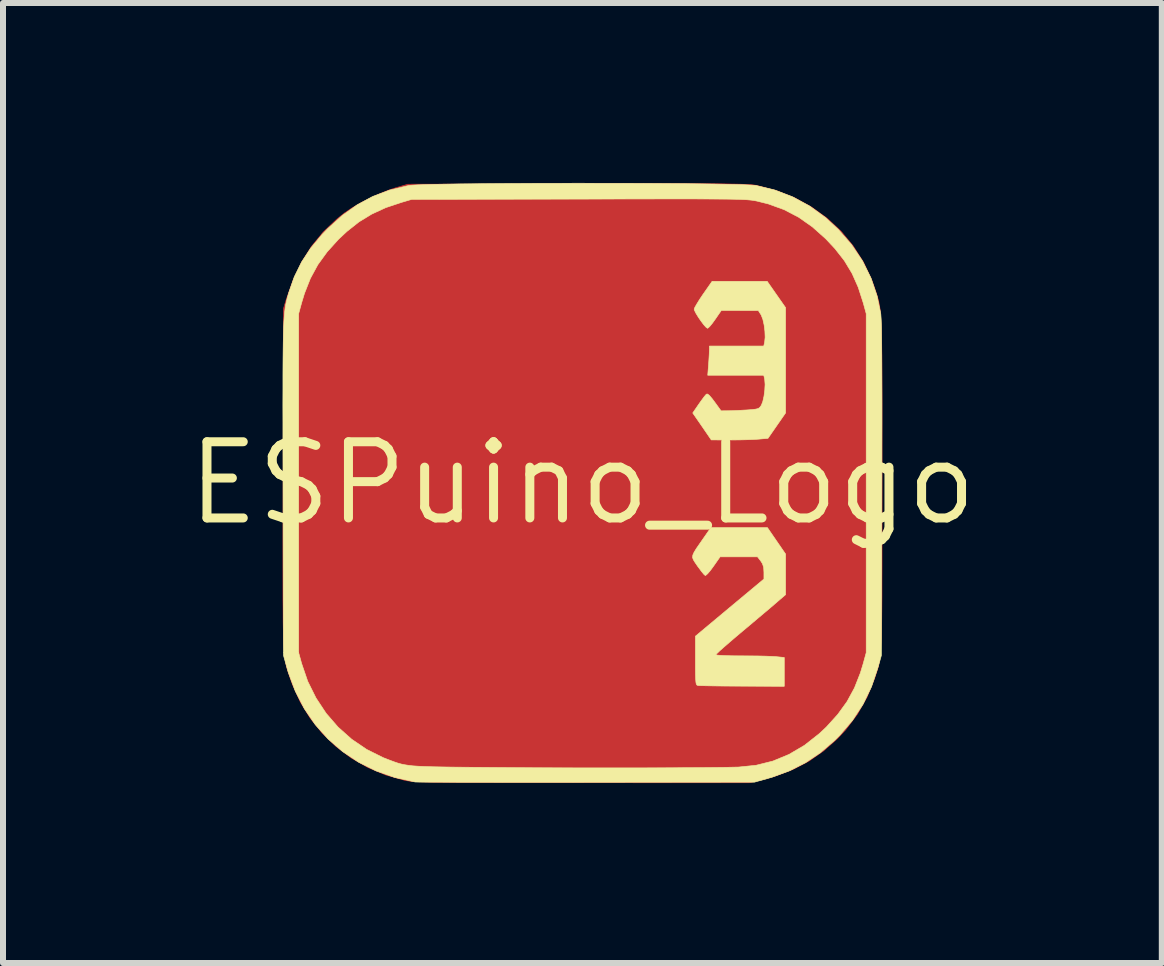
<source format=kicad_pcb>
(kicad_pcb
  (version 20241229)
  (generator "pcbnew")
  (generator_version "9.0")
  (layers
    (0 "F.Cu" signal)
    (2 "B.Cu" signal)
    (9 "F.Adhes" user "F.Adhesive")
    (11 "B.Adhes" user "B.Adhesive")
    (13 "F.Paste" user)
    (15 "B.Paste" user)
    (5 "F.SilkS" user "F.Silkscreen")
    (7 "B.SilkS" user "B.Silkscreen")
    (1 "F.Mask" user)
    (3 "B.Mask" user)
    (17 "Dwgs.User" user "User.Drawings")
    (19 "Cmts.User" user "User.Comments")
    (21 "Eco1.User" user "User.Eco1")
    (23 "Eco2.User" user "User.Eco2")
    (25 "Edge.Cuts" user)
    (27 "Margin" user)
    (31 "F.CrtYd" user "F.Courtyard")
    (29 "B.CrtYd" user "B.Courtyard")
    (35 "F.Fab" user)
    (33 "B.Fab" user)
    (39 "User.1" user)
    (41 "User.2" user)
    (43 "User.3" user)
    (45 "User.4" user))
  (footprint "ESPuino_Logo"
    (layer "F.Cu")
    (at 6.66 5.005)
    (property "Reference" "ESPuino_Logo" (at 0 0 0) (layer "F.SilkS") (effects (font (size 1.27 1.27) (thickness 0.15))))
    (attr through_hole)
    (fp_poly (pts (xy 1.805 -4.992) (xy 2.005 -4.992) (xy 2.178 -4.991) (xy 2.327 -4.99) (xy 2.453 -4.988) (xy 2.559 -4.986) (xy 2.646 -4.984) (xy 2.718 -4.981) (xy 2.777 -4.978) (xy 2.824 -4.975) (xy 2.861 -4.971) (xy 2.892 -4.966) (xy 2.908 -4.963) (xy 3.234 -4.877) (xy 3.54 -4.756) (xy 3.823 -4.601) (xy 4.081 -4.415) (xy 4.312 -4.2) (xy 4.513 -3.956) (xy 4.684 -3.687) (xy 4.821 -3.394) (xy 4.868 -3.264) (xy 4.886 -3.21) (xy 4.902 -3.162) (xy 4.916 -3.116) (xy 4.929 -3.071) (xy 4.941 -3.024) (xy 4.951 -2.972) (xy 4.96 -2.915) (xy 4.967 -2.848) (xy 4.974 -2.769) (xy 4.979 -2.678) (xy 4.983 -2.57) (xy 4.987 -2.444) (xy 4.99 -2.297) (xy 4.992 -2.127) (xy 4.993 -1.932) (xy 4.994 -1.709) (xy 4.995 -1.456) (xy 4.995 -1.17) (xy 4.995 -0.85) (xy 4.995 -0.493) (xy 4.995 -0.096) (xy 4.995 0) (xy 4.995 0.406) (xy 4.995 0.772) (xy 4.995 1.101) (xy 4.995 1.394) (xy 4.994 1.654) (xy 4.994 1.883) (xy 4.992 2.085) (xy 4.99 2.26) (xy 4.988 2.412) (xy 4.984 2.543) (xy 4.98 2.654) (xy 4.975 2.75) (xy 4.969 2.831) (xy 4.961 2.9) (xy 4.953 2.96) (xy 4.943 3.013) (xy 4.932 3.06) (xy 4.919 3.106) (xy 4.905 3.151) (xy 4.889 3.199) (xy 4.872 3.251) (xy 4.868 3.264) (xy 4.745 3.567) (xy 4.586 3.849) (xy 4.392 4.108) (xy 4.251 4.259) (xy 4.021 4.463) (xy 3.777 4.633) (xy 3.512 4.771) (xy 3.222 4.881) (xy 2.997 4.944) (xy 2.783 4.995) (xy 0 4.994) (xy -0.401 4.994) (xy -0.763 4.993) (xy -1.087 4.993) (xy -1.375 4.992) (xy -1.629 4.992) (xy -1.853 4.991) (xy -2.048 4.99) (xy -2.217 4.989) (xy -2.362 4.987) (xy -2.484 4.986) (xy -2.587 4.983) (xy -2.673 4.981) (xy -2.743 4.978) (xy -2.801 4.975) (xy -2.848 4.971) (xy -2.886 4.967) (xy -2.919 4.962) (xy -2.948 4.957) (xy -2.963 4.954) (xy -3.279 4.865) (xy -3.577 4.74) (xy -3.855 4.581) (xy -4.108 4.39) (xy -4.336 4.17) (xy -4.535 3.923) (xy -4.702 3.651) (xy -4.834 3.358) (xy -4.868 3.264) (xy -4.886 3.211) (xy -4.902 3.162) (xy -4.917 3.117) (xy -4.93 3.072) (xy -4.941 3.025) (xy -4.951 2.974) (xy -4.96 2.917) (xy -4.968 2.851) (xy -4.974 2.774) (xy -4.979 2.683) (xy -4.984 2.577) (xy -4.987 2.453) (xy -4.99 2.309) (xy -4.991 2.142) (xy -4.993 1.95) (xy -4.993 1.731) (xy -4.993 1.482) (xy -4.993 1.202) (xy -4.993 0.888) (xy -4.992 0.537) (xy -4.991 0.147) (xy -4.99 -0.085) (xy -4.984 -2.91) (xy -4.936 -3.069) (xy -4.82 -3.394) (xy -4.681 -3.686) (xy -4.516 -3.949) (xy -4.322 -4.186) (xy -4.097 -4.4) (xy -3.967 -4.504) (xy -3.847 -4.585) (xy -3.699 -4.671) (xy -3.534 -4.755) (xy -3.366 -4.831) (xy -3.207 -4.894) (xy -3.111 -4.925) (xy -2.91 -4.984) (xy -0.085 -4.99) (xy 0.323 -4.991) (xy 0.691 -4.992) (xy 1.021 -4.992) (xy 1.315 -4.993) (xy 1.575 -4.993) (xy 1.805 -4.992)) (stroke (width 0.01) (type solid)) (fill yes) (layer "F.Cu"))
    (fp_poly (pts (xy 1.27 1.079) (xy 1.143 1.079) (xy 1.143 0.127) (xy 1.27 0.127) (xy 1.27 1.079)) (stroke (width 0.01) (type solid)) (fill yes) (layer "F.Mask"))
    (fp_poly (pts (xy 1.018 1.274) (xy 1.105 1.281) (xy 1.353 1.894) (xy 1.354 1.582) (xy 1.355 1.27) (xy 1.482 1.27) (xy 1.477 1.741) (xy 1.471 2.212) (xy 1.418 2.217) (xy 1.366 2.215) (xy 1.337 2.204) (xy 1.319 2.179) (xy 1.29 2.122) (xy 1.252 2.04) (xy 1.208 1.94) (xy 1.184 1.881) (xy 1.06 1.577) (xy 1.059 1.9) (xy 1.058 2.223) (xy 0.931 2.223) (xy 0.931 1.268) (xy 1.018 1.274)) (stroke (width 0.01) (type solid)) (fill yes) (layer "F.Mask"))
    (fp_poly (pts (xy -2.349 -0.189) (xy -2.308 -0.183) (xy -2.29 -0.17) (xy -2.286 -0.148) (xy -2.284 -0.132) (xy -2.273 -0.12) (xy -2.247 -0.113) (xy -2.2 -0.108) (xy -2.125 -0.106) (xy -2.015 -0.106) (xy -1.982 -0.106) (xy -1.679 -0.106) (xy -1.501 0.158) (xy -1.323 0.422) (xy -0.91 0.423) (xy -0.758 0.424) (xy -0.598 0.426) (xy -0.444 0.43) (xy -0.308 0.434) (xy -0.228 0.437) (xy 0.042 0.451) (xy 0.042 0.656) (xy -1.389 0.656) (xy -1.568 0.392) (xy -1.746 0.128) (xy -2.016 0.128) (xy -2.127 0.128) (xy -2.203 0.129) (xy -2.25 0.134) (xy -2.275 0.141) (xy -2.284 0.154) (xy -2.286 0.169) (xy -2.29 0.192) (xy -2.309 0.205) (xy -2.353 0.211) (xy -2.424 0.212) (xy -2.561 0.212) (xy -2.561 -0.191) (xy -2.424 -0.191) (xy -2.349 -0.189)) (stroke (width 0.01) (type solid)) (fill yes) (layer "F.Mask"))
    (fp_poly (pts (xy 1.428 -2.101) (xy 1.455 -2.057) (xy 1.471 -2.013) (xy 1.479 -1.956) (xy 1.482 -1.873) (xy 1.482 -1.836) (xy 1.48 -1.742) (xy 1.474 -1.677) (xy 1.461 -1.629) (xy 1.438 -1.585) (xy 1.426 -1.566) (xy 1.37 -1.482) (xy 1.058 -1.482) (xy 1.058 -1.365) (xy 1.057 -1.299) (xy 1.05 -1.264) (xy 1.032 -1.251) (xy 0.996 -1.249) (xy 0.995 -1.249) (xy 0.931 -1.249) (xy 0.931 -1.99) (xy 1.058 -1.99) (xy 1.058 -1.672) (xy 1.185 -1.672) (xy 1.259 -1.675) (xy 1.303 -1.685) (xy 1.328 -1.705) (xy 1.333 -1.713) (xy 1.348 -1.765) (xy 1.354 -1.834) (xy 1.35 -1.902) (xy 1.337 -1.953) (xy 1.329 -1.964) (xy 1.295 -1.978) (xy 1.234 -1.987) (xy 1.181 -1.99) (xy 1.058 -1.99) (xy 0.931 -1.99) (xy 0.931 -2.18) (xy 1.374 -2.18) (xy 1.428 -2.101)) (stroke (width 0.01) (type solid)) (fill yes) (layer "F.Mask"))
    (fp_poly (pts (xy -1.086 -0.189) (xy -1.042 -0.184) (xy -1.021 -0.172) (xy -1.016 -0.152) (xy -1.016 -0.148) (xy -1.013 -0.13) (xy -1.001 -0.118) (xy -0.971 -0.111) (xy -0.917 -0.107) (xy -0.832 -0.106) (xy -0.773 -0.106) (xy -0.668 -0.106) (xy -0.599 -0.108) (xy -0.557 -0.114) (xy -0.537 -0.123) (xy -0.53 -0.138) (xy -0.529 -0.148) (xy -0.525 -0.171) (xy -0.506 -0.184) (xy -0.463 -0.189) (xy -0.392 -0.191) (xy -0.254 -0.191) (xy -0.254 0.191) (xy -0.392 0.191) (xy -0.469 0.188) (xy -0.512 0.181) (xy -0.528 0.166) (xy -0.529 0.159) (xy -0.536 0.145) (xy -0.56 0.136) (xy -0.607 0.13) (xy -0.686 0.127) (xy -0.773 0.127) (xy -0.879 0.128) (xy -0.951 0.131) (xy -0.993 0.137) (xy -1.012 0.147) (xy -1.016 0.159) (xy -1.025 0.176) (xy -1.056 0.186) (xy -1.118 0.19) (xy -1.164 0.191) (xy -1.312 0.191) (xy -1.312 -0.191) (xy -1.164 -0.191) (xy -1.086 -0.189)) (stroke (width 0.01) (type solid)) (fill yes) (layer "F.Mask"))
    (fp_poly (pts (xy 1.058 -0.682) (xy 1.059 -0.537) (xy 1.064 -0.429) (xy 1.073 -0.352) (xy 1.09 -0.302) (xy 1.116 -0.272) (xy 1.154 -0.258) (xy 1.205 -0.254) (xy 1.218 -0.254) (xy 1.284 -0.26) (xy 1.321 -0.279) (xy 1.333 -0.295) (xy 1.341 -0.331) (xy 1.347 -0.401) (xy 1.352 -0.499) (xy 1.354 -0.617) (xy 1.355 -0.676) (xy 1.355 -1.016) (xy 1.482 -1.016) (xy 1.482 -0.623) (xy 1.482 -0.485) (xy 1.481 -0.383) (xy 1.478 -0.309) (xy 1.473 -0.258) (xy 1.465 -0.222) (xy 1.452 -0.195) (xy 1.435 -0.169) (xy 1.426 -0.157) (xy 1.397 -0.121) (xy 1.369 -0.099) (xy 1.332 -0.089) (xy 1.272 -0.085) (xy 1.207 -0.085) (xy 1.043 -0.085) (xy 0.987 -0.169) (xy 0.967 -0.2) (xy 0.953 -0.229) (xy 0.943 -0.264) (xy 0.937 -0.311) (xy 0.933 -0.378) (xy 0.932 -0.471) (xy 0.931 -0.597) (xy 0.931 -0.635) (xy 0.931 -1.016) (xy 1.058 -1.016) (xy 1.058 -0.682)) (stroke (width 0.01) (type solid)) (fill yes) (layer "F.Mask"))
    (fp_poly (pts (xy -1.828 -2.92) (xy -1.783 -2.916) (xy -1.763 -2.904) (xy -1.757 -2.882) (xy -1.757 -2.868) (xy -1.757 -2.815) (xy 0 -2.815) (xy 0 -2.868) (xy 0.002 -2.896) (xy 0.015 -2.912) (xy 0.047 -2.919) (xy 0.109 -2.921) (xy 0.148 -2.921) (xy 0.296 -2.921) (xy 0.296 -2.519) (xy 0.148 -2.519) (xy 0.07 -2.52) (xy 0.026 -2.525) (xy 0.005 -2.537) (xy 0.000041 -2.558) (xy 0 -2.561) (xy -0.001 -2.572) (xy -0.006 -2.58) (xy -0.02 -2.587) (xy -0.046 -2.592) (xy -0.088 -2.596) (xy -0.149 -2.599) (xy -0.234 -2.601) (xy -0.346 -2.603) (xy -0.489 -2.603) (xy -0.667 -2.603) (xy -0.878 -2.603) (xy -1.094 -2.603) (xy -1.271 -2.603) (xy -1.414 -2.603) (xy -1.525 -2.601) (xy -1.609 -2.599) (xy -1.67 -2.596) (xy -1.712 -2.592) (xy -1.737 -2.587) (xy -1.751 -2.58) (xy -1.756 -2.571) (xy -1.757 -2.561) (xy -1.761 -2.539) (xy -1.779 -2.526) (xy -1.82 -2.52) (xy -1.893 -2.519) (xy -1.905 -2.519) (xy -2.053 -2.519) (xy -2.053 -2.921) (xy -1.905 -2.921) (xy -1.828 -2.92)) (stroke (width 0.01) (type solid)) (fill yes) (layer "F.Mask"))
    (fp_poly (pts (xy 0.614 -2.074) (xy -0.727 -2.074) (xy -0.967 -2.074) (xy -1.198 -2.073) (xy -1.416 -2.073) (xy -1.617 -2.071) (xy -1.798 -2.07) (xy -1.953 -2.068) (xy -2.079 -2.066) (xy -2.171 -2.063) (xy -2.226 -2.061) (xy -2.23 -2.061) (xy -2.392 -2.047) (xy -2.392 -0.656) (xy 0.042 -0.656) (xy 0.042 -0.423) (xy -2.561 -0.423) (xy -2.561 -2.286) (xy 0.445 -2.286) (xy 0.445 -3.133) (xy -2.072 -3.133) (xy -2.258 -2.858) (xy -2.445 -2.584) (xy -2.609 -2.583) (xy -2.773 -2.582) (xy -2.773 -2.233) (xy -2.772 -2.102) (xy -2.77 -2.008) (xy -2.767 -1.944) (xy -2.761 -1.906) (xy -2.752 -1.888) (xy -2.741 -1.884) (xy -2.726 -1.877) (xy -2.716 -1.85) (xy -2.711 -1.798) (xy -2.709 -1.712) (xy -2.709 -1.683) (xy -2.709 -1.482) (xy -2.985 -1.482) (xy -2.985 -1.683) (xy -2.983 -1.779) (xy -2.979 -1.839) (xy -2.971 -1.872) (xy -2.957 -1.883) (xy -2.953 -1.884) (xy -2.942 -1.889) (xy -2.934 -1.907) (xy -2.929 -1.944) (xy -2.925 -2.003) (xy -2.922 -2.091) (xy -2.921 -2.212) (xy -2.921 -2.349) (xy -2.921 -2.815) (xy -2.52 -2.815) (xy -2.334 -3.089) (xy -2.148 -3.364) (xy 0.614 -3.365) (xy 0.614 -2.074)) (stroke (width 0.01) (type solid)) (fill yes) (layer "F.Mask"))
    (fp_poly (pts (xy 1.447 -3.26) (xy 1.484 -3.202) (xy 1.498 -3.165) (xy 1.49 -3.134) (xy 1.462 -3.095) (xy 1.458 -3.091) (xy 1.414 -3.038) (xy 1.358 -3.107) (xy 1.312 -3.153) (xy 1.263 -3.172) (xy 1.213 -3.175) (xy 1.137 -3.162) (xy 1.094 -3.122) (xy 1.082 -3.054) (xy 1.083 -3.031) (xy 1.089 -3.002) (xy 1.102 -2.985) (xy 1.133 -2.975) (xy 1.191 -2.97) (xy 1.253 -2.968) (xy 1.337 -2.963) (xy 1.39 -2.956) (xy 1.423 -2.941) (xy 1.449 -2.916) (xy 1.46 -2.901) (xy 1.495 -2.819) (xy 1.506 -2.718) (xy 1.493 -2.613) (xy 1.457 -2.518) (xy 1.445 -2.499) (xy 1.386 -2.415) (xy 1.206 -2.414) (xy 1.027 -2.414) (xy 0.979 -2.487) (xy 0.943 -2.552) (xy 0.935 -2.601) (xy 0.954 -2.647) (xy 0.97 -2.668) (xy 1.009 -2.716) (xy 1.059 -2.649) (xy 1.096 -2.607) (xy 1.136 -2.588) (xy 1.198 -2.582) (xy 1.208 -2.582) (xy 1.289 -2.591) (xy 1.335 -2.62) (xy 1.352 -2.673) (xy 1.351 -2.713) (xy 1.344 -2.783) (xy 1.18 -2.794) (xy 1.096 -2.801) (xy 1.043 -2.809) (xy 1.01 -2.825) (xy 0.985 -2.851) (xy 0.973 -2.868) (xy 0.937 -2.958) (xy 0.93 -3.065) (xy 0.952 -3.173) (xy 0.99 -3.252) (xy 1.048 -3.344) (xy 1.391 -3.344) (xy 1.447 -3.26)) (stroke (width 0.01) (type solid)) (fill yes) (layer "F.Mask"))
    (fp_poly (pts (xy -1.778 0.741) (xy -1.916 0.741) (xy -1.99 0.74) (xy -2.032 0.734) (xy -2.049 0.72) (xy -2.053 0.699) (xy -2.057 0.677) (xy -2.073 0.665) (xy -2.111 0.658) (xy -2.178 0.656) (xy -2.223 0.656) (xy -2.392 0.656) (xy -2.392 1.916) (xy -2.338 1.995) (xy -2.285 2.074) (xy -1.605 2.079) (xy -0.924 2.085) (xy -0.744 2.344) (xy -0.564 2.603) (xy -0.271 2.603) (xy -0.155 2.603) (xy -0.074 2.602) (xy -0.023 2.598) (xy 0.006 2.591) (xy 0.018 2.58) (xy 0.021 2.563) (xy 0.021 2.561) (xy 0.025 2.538) (xy 0.045 2.525) (xy 0.088 2.52) (xy 0.159 2.519) (xy 0.296 2.519) (xy 0.296 2.921) (xy 0.159 2.921) (xy 0.084 2.92) (xy 0.043 2.914) (xy 0.025 2.9) (xy 0.021 2.879) (xy 0.019 2.863) (xy 0.008 2.852) (xy -0.018 2.844) (xy -0.064 2.839) (xy -0.138 2.835) (xy -0.245 2.833) (xy -0.31 2.832) (xy -0.642 2.826) (xy -1.018 2.286) (xy -2.367 2.286) (xy -2.464 2.147) (xy -2.561 2.009) (xy -2.561 0.423) (xy -2.307 0.423) (xy -2.2 0.423) (xy -2.128 0.421) (xy -2.084 0.416) (xy -2.062 0.407) (xy -2.054 0.393) (xy -2.053 0.381) (xy -2.049 0.358) (xy -2.03 0.345) (xy -1.987 0.34) (xy -1.916 0.339) (xy -1.778 0.339) (xy -1.778 0.741)) (stroke (width 0.01) (type solid)) (fill yes) (layer "F.Mask"))
    (fp_poly (pts (xy 1.428 2.513) (xy 1.449 2.546) (xy 1.463 2.578) (xy 1.473 2.617) (xy 1.478 2.671) (xy 1.481 2.749) (xy 1.482 2.859) (xy 1.482 2.905) (xy 1.481 3.028) (xy 1.479 3.117) (xy 1.474 3.18) (xy 1.466 3.224) (xy 1.454 3.258) (xy 1.435 3.29) (xy 1.434 3.291) (xy 1.386 3.365) (xy 1.039 3.365) (xy 0.985 3.287) (xy 0.964 3.253) (xy 0.949 3.221) (xy 0.94 3.181) (xy 0.934 3.125) (xy 0.932 3.045) (xy 0.931 2.933) (xy 0.931 2.925) (xy 1.058 2.925) (xy 1.062 3.016) (xy 1.069 3.093) (xy 1.08 3.144) (xy 1.085 3.154) (xy 1.124 3.184) (xy 1.186 3.198) (xy 1.252 3.196) (xy 1.308 3.179) (xy 1.333 3.155) (xy 1.344 3.114) (xy 1.351 3.044) (xy 1.354 2.957) (xy 1.354 2.864) (xy 1.351 2.775) (xy 1.344 2.703) (xy 1.334 2.658) (xy 1.329 2.65) (xy 1.294 2.635) (xy 1.234 2.626) (xy 1.206 2.625) (xy 1.142 2.63) (xy 1.095 2.643) (xy 1.084 2.65) (xy 1.071 2.684) (xy 1.063 2.748) (xy 1.059 2.832) (xy 1.058 2.925) (xy 0.931 2.925) (xy 0.931 2.905) (xy 0.932 2.785) (xy 0.934 2.7) (xy 0.938 2.639) (xy 0.947 2.596) (xy 0.96 2.562) (xy 0.981 2.528) (xy 0.987 2.518) (xy 1.043 2.434) (xy 1.374 2.434) (xy 1.428 2.513)) (stroke (width 0.01) (type solid)) (fill yes) (layer "F.Mask"))
    (fp_poly (pts (xy -2.54 -3.069) (xy -2.678 -3.069) (xy -2.752 -3.07) (xy -2.794 -3.076) (xy -2.811 -3.09) (xy -2.815 -3.111) (xy -2.819 -3.133) (xy -2.836 -3.146) (xy -2.875 -3.152) (xy -2.945 -3.154) (xy -2.974 -3.154) (xy -3.133 -3.154) (xy -3.133 -1.478) (xy -2.953 -1.216) (xy -2.773 -0.955) (xy -2.773 2.12) (xy -2.609 2.361) (xy -2.445 2.603) (xy -1.879 2.603) (xy -1.705 2.603) (xy -1.569 2.602) (xy -1.467 2.6) (xy -1.395 2.596) (xy -1.348 2.591) (xy -1.322 2.585) (xy -1.313 2.576) (xy -1.312 2.575) (xy -1.293 2.553) (xy -1.241 2.535) (xy -1.165 2.523) (xy -1.095 2.519) (xy -1.037 2.519) (xy -1.037 2.921) (xy -1.175 2.921) (xy -1.249 2.92) (xy -1.291 2.914) (xy -1.309 2.9) (xy -1.312 2.879) (xy -1.314 2.866) (xy -1.321 2.857) (xy -1.338 2.849) (xy -1.37 2.844) (xy -1.421 2.84) (xy -1.496 2.838) (xy -1.6 2.837) (xy -1.737 2.836) (xy -1.912 2.836) (xy -2.512 2.836) (xy -2.727 2.525) (xy -2.942 2.214) (xy -2.942 -0.869) (xy -3.122 -1.127) (xy -3.302 -1.385) (xy -3.302 -3.365) (xy -3.059 -3.365) (xy -2.954 -3.366) (xy -2.885 -3.368) (xy -2.843 -3.373) (xy -2.823 -3.383) (xy -2.816 -3.397) (xy -2.815 -3.408) (xy -2.811 -3.431) (xy -2.792 -3.444) (xy -2.749 -3.449) (xy -2.678 -3.45) (xy -2.54 -3.45) (xy -2.54 -3.069)) (stroke (width 0.01) (type solid)) (fill yes) (layer "F.Mask"))
    (fp_poly (pts (xy -3.09 -0.603) (xy -3.092 -0.508) (xy -3.098 -0.44) (xy -3.107 -0.405) (xy -3.111 -0.402) (xy -3.116 -0.381) (xy -3.12 -0.318) (xy -3.124 -0.214) (xy -3.127 -0.068) (xy -3.129 0.118) (xy -3.131 0.344) (xy -3.132 0.609) (xy -3.132 0.914) (xy -3.132 0.99) (xy -3.132 2.381) (xy -2.864 2.768) (xy -2.596 3.154) (xy 0.445 3.154) (xy 0.445 2.307) (xy 0.085 2.307) (xy -0.046 2.307) (xy -0.141 2.309) (xy -0.205 2.311) (xy -0.245 2.316) (xy -0.266 2.324) (xy -0.274 2.336) (xy -0.275 2.349) (xy -0.279 2.372) (xy -0.299 2.385) (xy -0.342 2.391) (xy -0.413 2.392) (xy -0.55 2.392) (xy -0.55 1.99) (xy -0.413 1.99) (xy -0.338 1.991) (xy -0.297 1.997) (xy -0.279 2.01) (xy -0.275 2.032) (xy -0.274 2.046) (xy -0.265 2.057) (xy -0.245 2.064) (xy -0.207 2.069) (xy -0.146 2.072) (xy -0.058 2.074) (xy 0.064 2.074) (xy 0.169 2.074) (xy 0.614 2.074) (xy 0.614 3.365) (xy -2.685 3.365) (xy -2.993 2.917) (xy -3.302 2.468) (xy -3.302 1.033) (xy -3.302 0.749) (xy -3.302 0.504) (xy -3.303 0.296) (xy -3.304 0.122) (xy -3.305 -0.021) (xy -3.307 -0.137) (xy -3.309 -0.227) (xy -3.312 -0.295) (xy -3.316 -0.344) (xy -3.32 -0.376) (xy -3.325 -0.394) (xy -3.331 -0.402) (xy -3.334 -0.402) (xy -3.349 -0.409) (xy -3.358 -0.436) (xy -3.364 -0.488) (xy -3.365 -0.574) (xy -3.365 -0.603) (xy -3.365 -0.804) (xy -3.09 -0.804) (xy -3.09 -0.603)) (stroke (width 0.01) (type solid)) (fill yes) (layer "F.Mask"))
    (fp_poly (pts (xy 3.235 0.961) (xy 3.387 1.182) (xy 3.387 1.859) (xy 3.254 1.973) (xy 3.202 2.018) (xy 3.124 2.085) (xy 3.024 2.169) (xy 2.91 2.265) (xy 2.787 2.369) (xy 2.672 2.465) (xy 2.555 2.564) (xy 2.449 2.655) (xy 2.359 2.733) (xy 2.288 2.796) (xy 2.242 2.84) (xy 2.223 2.86) (xy 2.223 2.861) (xy 2.243 2.866) (xy 2.299 2.871) (xy 2.385 2.875) (xy 2.494 2.878) (xy 2.62 2.879) (xy 2.651 2.879) (xy 2.793 2.88) (xy 2.93 2.881) (xy 3.053 2.884) (xy 3.154 2.888) (xy 3.221 2.892) (xy 3.223 2.892) (xy 3.365 2.906) (xy 3.365 3.387) (xy 2.662 3.384) (xy 2.492 3.383) (xy 2.335 3.382) (xy 2.195 3.38) (xy 2.079 3.378) (xy 1.99 3.376) (xy 1.936 3.374) (xy 1.921 3.372) (xy 1.908 3.365) (xy 1.898 3.349) (xy 1.892 3.318) (xy 1.888 3.267) (xy 1.885 3.189) (xy 1.884 3.079) (xy 1.884 2.956) (xy 1.884 2.551) (xy 2.455 2.074) (xy 3.026 1.598) (xy 3.026 1.484) (xy 3.021 1.402) (xy 3.001 1.342) (xy 2.973 1.298) (xy 2.919 1.228) (xy 2.295 1.228) (xy 2.183 1.388) (xy 2.132 1.457) (xy 2.088 1.509) (xy 2.056 1.537) (xy 2.048 1.54) (xy 2.025 1.52) (xy 1.986 1.473) (xy 1.938 1.408) (xy 1.919 1.383) (xy 1.878 1.323) (xy 1.85 1.278) (xy 1.836 1.24) (xy 1.84 1.2) (xy 1.861 1.152) (xy 1.901 1.087) (xy 1.962 0.999) (xy 2.005 0.937) (xy 2.141 0.741) (xy 3.084 0.741) (xy 3.235 0.961)) (stroke (width 0.01) (type solid)) (fill yes) (layer "F.SilkS"))
    (fp_poly (pts (xy 2.621 -3.365) (xy 3.08 -3.365) (xy 3.233 -3.146) (xy 3.387 -2.926) (xy 3.387 -1.171) (xy 3.24 -0.959) (xy 3.093 -0.747) (xy 2.93 -0.733) (xy 2.846 -0.728) (xy 2.734 -0.724) (xy 2.607 -0.721) (xy 2.478 -0.72) (xy 2.457 -0.72) (xy 2.148 -0.721) (xy 1.994 -0.946) (xy 1.839 -1.17) (xy 1.939 -1.316) (xy 1.989 -1.386) (xy 2.032 -1.444) (xy 2.062 -1.479) (xy 2.066 -1.484) (xy 2.087 -1.486) (xy 2.117 -1.462) (xy 2.163 -1.408) (xy 2.202 -1.356) (xy 2.311 -1.206) (xy 2.42 -1.207) (xy 2.491 -1.208) (xy 2.588 -1.212) (xy 2.694 -1.218) (xy 2.736 -1.22) (xy 2.831 -1.227) (xy 2.893 -1.235) (xy 2.932 -1.245) (xy 2.957 -1.263) (xy 2.976 -1.289) (xy 2.983 -1.3) (xy 3.007 -1.361) (xy 3.027 -1.45) (xy 3.04 -1.55) (xy 3.045 -1.647) (xy 3.039 -1.726) (xy 3.038 -1.734) (xy 3.023 -1.799) (xy 2.089 -1.799) (xy 2.103 -1.974) (xy 2.109 -2.065) (xy 2.114 -2.149) (xy 2.116 -2.21) (xy 2.117 -2.217) (xy 2.117 -2.286) (xy 3.023 -2.286) (xy 3.038 -2.352) (xy 3.046 -2.433) (xy 3.042 -2.533) (xy 3.029 -2.637) (xy 3.008 -2.731) (xy 2.981 -2.801) (xy 2.977 -2.808) (xy 2.932 -2.878) (xy 2.315 -2.879) (xy 2.213 -2.731) (xy 2.164 -2.663) (xy 2.121 -2.611) (xy 2.091 -2.584) (xy 2.085 -2.582) (xy 2.061 -2.599) (xy 2.022 -2.642) (xy 1.977 -2.702) (xy 1.931 -2.769) (xy 1.893 -2.831) (xy 1.868 -2.881) (xy 1.863 -2.901) (xy 1.874 -2.93) (xy 1.906 -2.986) (xy 1.952 -3.061) (xy 2.009 -3.146) (xy 2.012 -3.15) (xy 2.162 -3.365) (xy 2.621 -3.365)) (stroke (width 0.01) (type solid)) (fill yes) (layer "F.SilkS"))
    (fp_poly (pts (xy 0.242 -4.999) (xy 0.551 -4.999) (xy 0.855 -4.998) (xy 1.149 -4.997) (xy 1.432 -4.995) (xy 1.699 -4.993) (xy 1.948 -4.99) (xy 2.175 -4.987) (xy 2.377 -4.983) (xy 2.551 -4.979) (xy 2.694 -4.975) (xy 2.803 -4.97) (xy 2.873 -4.965) (xy 2.892 -4.963) (xy 3.208 -4.887) (xy 3.507 -4.772) (xy 3.789 -4.619) (xy 4.052 -4.428) (xy 4.267 -4.229) (xy 4.488 -3.975) (xy 4.669 -3.705) (xy 4.811 -3.419) (xy 4.913 -3.118) (xy 4.974 -2.824) (xy 4.977 -2.782) (xy 4.981 -2.712) (xy 4.984 -2.612) (xy 4.986 -2.482) (xy 4.988 -2.32) (xy 4.99 -2.126) (xy 4.991 -1.896) (xy 4.992 -1.632) (xy 4.993 -1.331) (xy 4.993 -0.992) (xy 4.992 -0.614) (xy 4.992 -0.195) (xy 4.991 0.106) (xy 4.985 2.868) (xy 4.927 3.075) (xy 4.82 3.393) (xy 4.679 3.685) (xy 4.503 3.954) (xy 4.291 4.203) (xy 4.207 4.287) (xy 3.969 4.492) (xy 3.72 4.66) (xy 3.454 4.795) (xy 3.163 4.902) (xy 3.076 4.927) (xy 2.868 4.985) (xy 0.064 4.987) (xy -0.278 4.988) (xy -0.609 4.988) (xy -0.926 4.988) (xy -1.227 4.988) (xy -1.509 4.987) (xy -1.77 4.987) (xy -2.008 4.987) (xy -2.218 4.986) (xy -2.4 4.985) (xy -2.551 4.985) (xy -2.668 4.984) (xy -2.748 4.983) (xy -2.789 4.982) (xy -2.794 4.981) (xy -3.128 4.907) (xy -3.441 4.797) (xy -3.732 4.652) (xy -3.999 4.474) (xy -4.24 4.265) (xy -4.453 4.027) (xy -4.636 3.76) (xy -4.787 3.468) (xy -4.905 3.152) (xy -4.927 3.075) (xy -4.985 2.868) (xy -4.991 0.106) (xy -4.992 -0.305) (xy -4.993 -0.675) (xy -4.993 -1.008) (xy -4.994 -1.306) (xy -4.993 -1.57) (xy -4.993 -1.804) (xy -4.992 -2.01) (xy -4.99 -2.189) (xy -4.988 -2.345) (xy -4.985 -2.479) (xy -4.981 -2.594) (xy -4.977 -2.693) (xy -4.971 -2.776) (xy -4.967 -2.826) (xy -4.731 -2.826) (xy -4.731 2.826) (xy -4.682 3.005) (xy -4.58 3.303) (xy -4.442 3.581) (xy -4.273 3.837) (xy -4.074 4.067) (xy -3.847 4.269) (xy -3.597 4.439) (xy -3.324 4.575) (xy -3.251 4.604) (xy -3.187 4.628) (xy -3.13 4.649) (xy -3.077 4.667) (xy -3.023 4.682) (xy -2.966 4.694) (xy -2.902 4.704) (xy -2.827 4.713) (xy -2.737 4.719) (xy -2.63 4.724) (xy -2.501 4.728) (xy -2.347 4.731) (xy -2.164 4.734) (xy -1.949 4.736) (xy -1.698 4.738) (xy -1.471 4.74) (xy -1.202 4.742) (xy -0.915 4.744) (xy -0.617 4.745) (xy -0.31 4.746) (xy 0.002 4.747) (xy 0.315 4.747) (xy 0.625 4.747) (xy 0.927 4.747) (xy 1.218 4.746) (xy 1.494 4.745) (xy 1.751 4.743) (xy 1.985 4.742) (xy 2.193 4.74) (xy 2.369 4.738) (xy 2.51 4.735) (xy 2.603 4.733) (xy 2.896 4.703) (xy 3.176 4.633) (xy 3.444 4.522) (xy 3.701 4.371) (xy 3.945 4.179) (xy 4.066 4.066) (xy 4.256 3.856) (xy 4.411 3.642) (xy 4.535 3.414) (xy 4.634 3.163) (xy 4.682 3.005) (xy 4.731 2.826) (xy 4.731 -2.826) (xy 4.682 -3.005) (xy 4.598 -3.265) (xy 4.495 -3.497) (xy 4.367 -3.709) (xy 4.208 -3.912) (xy 4.055 -4.075) (xy 3.833 -4.273) (xy 3.605 -4.433) (xy 3.364 -4.559) (xy 3.103 -4.654) (xy 2.916 -4.701) (xy 2.888 -4.707) (xy 2.859 -4.712) (xy 2.826 -4.717) (xy 2.788 -4.721) (xy 2.742 -4.725) (xy 2.686 -4.728) (xy 2.617 -4.731) (xy 2.534 -4.733) (xy 2.434 -4.735) (xy 2.314 -4.736) (xy 2.173 -4.737) (xy 2.008 -4.738) (xy 1.817 -4.739) (xy 1.597 -4.739) (xy 1.347 -4.739) (xy 1.064 -4.738) (xy 0.746 -4.738) (xy 0.39 -4.737) (xy -0.005 -4.736) (xy -0.059 -4.736) (xy -2.847 -4.731) (xy -3.016 -4.681) (xy -3.28 -4.593) (xy -3.512 -4.486) (xy -3.725 -4.356) (xy -3.927 -4.196) (xy -4.066 -4.066) (xy -4.256 -3.856) (xy -4.411 -3.642) (xy -4.535 -3.414) (xy -4.634 -3.163) (xy -4.682 -3.005) (xy -4.731 -2.826) (xy -4.967 -2.826) (xy -4.965 -2.848) (xy -4.957 -2.91) (xy -4.949 -2.965) (xy -4.939 -3.014) (xy -4.928 -3.061) (xy -4.916 -3.107) (xy -4.902 -3.155) (xy -4.897 -3.173) (xy -4.804 -3.44) (xy -4.682 -3.687) (xy -4.529 -3.92) (xy -4.34 -4.147) (xy -4.245 -4.245) (xy -4.004 -4.463) (xy -3.756 -4.64) (xy -3.494 -4.781) (xy -3.215 -4.886) (xy -2.915 -4.958) (xy -2.892 -4.963) (xy -2.839 -4.968) (xy -2.747 -4.973) (xy -2.619 -4.977) (xy -2.459 -4.982) (xy -2.269 -4.985) (xy -2.052 -4.989) (xy -1.813 -4.991) (xy -1.554 -4.994) (xy -1.277 -4.996) (xy -0.988 -4.997) (xy -0.688 -4.999) (xy -0.381 -4.999) (xy -0.07 -5) (xy 0.242 -4.999)) (stroke (width 0.01) (type solid)) (fill yes) (layer "F.SilkS")))
  (gr_rect
    (start -3 -3)
    (end 16.319 13.005)
    (stroke (width 0.1) (type default))
    (fill no)
    (layer "Edge.Cuts")))
</source>
